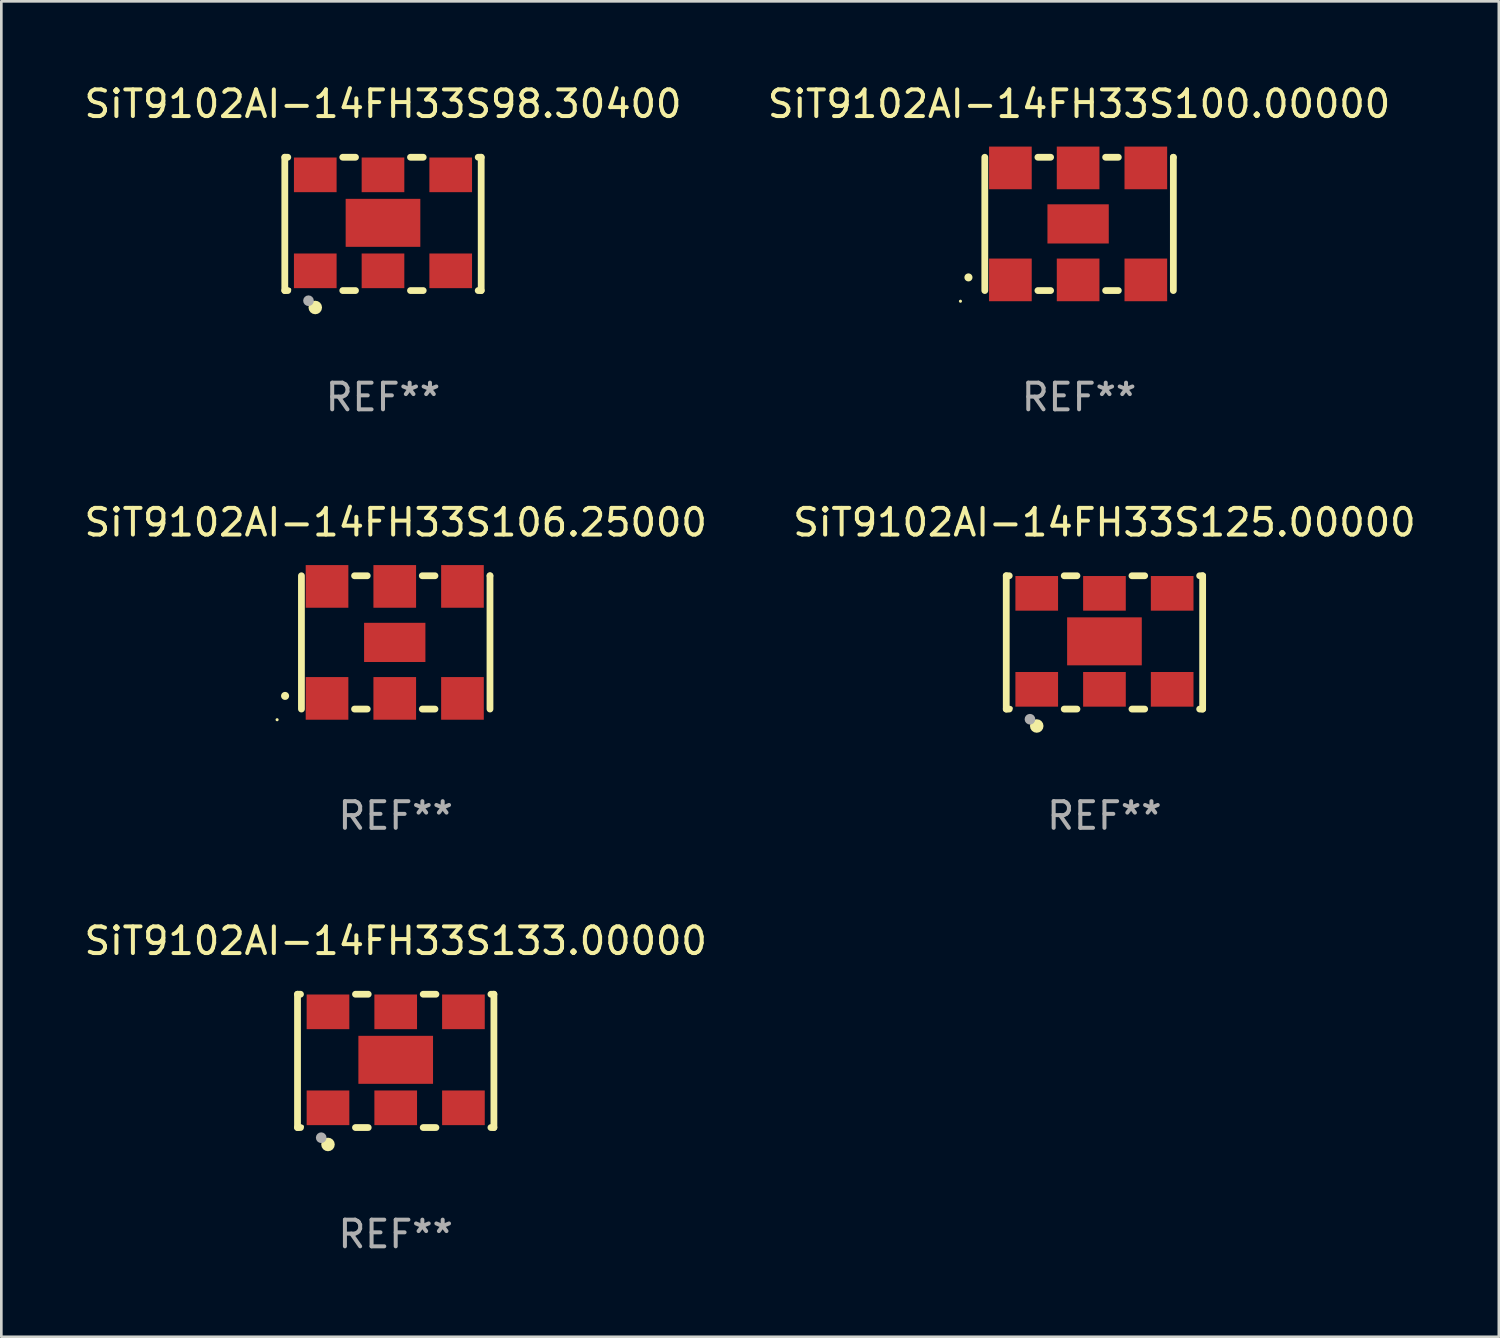
<source format=kicad_pcb>
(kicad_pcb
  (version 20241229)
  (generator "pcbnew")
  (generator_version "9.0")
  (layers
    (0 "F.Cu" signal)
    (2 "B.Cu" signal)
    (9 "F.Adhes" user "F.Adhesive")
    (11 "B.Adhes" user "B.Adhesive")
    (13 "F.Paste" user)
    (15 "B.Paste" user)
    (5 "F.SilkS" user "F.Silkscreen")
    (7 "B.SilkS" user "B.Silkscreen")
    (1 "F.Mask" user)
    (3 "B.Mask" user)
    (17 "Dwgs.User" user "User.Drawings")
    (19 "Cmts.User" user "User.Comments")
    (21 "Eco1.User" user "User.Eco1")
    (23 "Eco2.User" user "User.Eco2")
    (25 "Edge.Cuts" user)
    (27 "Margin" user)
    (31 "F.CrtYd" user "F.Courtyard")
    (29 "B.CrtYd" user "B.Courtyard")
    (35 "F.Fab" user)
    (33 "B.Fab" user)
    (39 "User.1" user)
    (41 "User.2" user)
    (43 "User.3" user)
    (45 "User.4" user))
  (footprint "SiT9102AI-14FH33S100.00000"
    (layer "F.Cu")
    (at 37.423 5.348)
    (property "Reference" "SiT9102AI-14FH33S100.00000" (at 0 -4.5 0) (layer "F.SilkS") (effects (font (size 1 1) (thickness 0.15))))
    (attr through_hole)
    (fp_line (start -3.536 -2.5) (end -3.536 2.5) (stroke (width 0.254) (type solid)) (layer "F.SilkS"))
    (fp_line (start -1.544 2.5) (end -1.067 2.5) (stroke (width 0.254) (type solid)) (layer "F.SilkS"))
    (fp_line (start -1.067 -2.5) (end -1.544 -2.5) (stroke (width 0.254) (type solid)) (layer "F.SilkS"))
    (fp_line (start 0.996 2.5) (end 1.473 2.5) (stroke (width 0.254) (type solid)) (layer "F.SilkS"))
    (fp_line (start 1.473 -2.5) (end 0.996 -2.5) (stroke (width 0.254) (type solid)) (layer "F.SilkS"))
    (fp_line (start 3.536 -2.5) (end 3.536 -2.5) (stroke (width 0.254) (type solid)) (layer "F.SilkS"))
    (fp_line (start 3.536 2.5) (end 3.536 -2.5) (stroke (width 0.254) (type solid)) (layer "F.SilkS"))
    (fp_arc (start -4.150432 2.006604) (mid -4.149162 2.006599) (end -4.147892 2.006604) (stroke (width 0.3) (type solid)) (layer "F.SilkS"))
    (fp_circle (center -4.449 2.9) (end -4.419 2.9) (stroke (width 0.06) (type solid)) (fill no) (layer "F.SilkS"))
    (fp_text user "REF**" (at 0 6.5 0) (layer "F.Fab") (effects (font (size 1 1) (thickness 0.15))))
    (pad "1" smd rect (at -2.576 2.1) (size 1.6 1.6) (layers "F.Cu" "F.Mask" "F.Paste"))
    (pad "2" smd rect (at -0.036 2.1) (size 1.6 1.6) (layers "F.Cu" "F.Mask" "F.Paste"))
    (pad "3" smd rect (at 2.504 2.1) (size 1.6 1.6) (layers "F.Cu" "F.Mask" "F.Paste"))
    (pad "4" smd rect (at 2.504 -2.1) (size 1.6 1.6) (layers "F.Cu" "F.Mask" "F.Paste"))
    (pad "5" smd rect (at -0.036 -2.1) (size 1.6 1.6) (layers "F.Cu" "F.Mask" "F.Paste"))
    (pad "6" smd rect (at -2.576 -2.1) (size 1.6 1.6) (layers "F.Cu" "F.Mask" "F.Paste"))
    (pad "7" smd rect (at -0.036 0) (size 2.3 1.47) (layers "F.Cu" "F.Mask" "F.Paste")))
  (footprint "SiT9102AI-14FH33S106.25000"
    (layer "F.Cu")
    (at 11.792 21.045)
    (property "Reference" "SiT9102AI-14FH33S106.25000" (at 0 -4.5 0) (layer "F.SilkS") (effects (font (size 1 1) (thickness 0.15))))
    (attr through_hole)
    (fp_line (start -3.536 -2.5) (end -3.536 2.5) (stroke (width 0.254) (type solid)) (layer "F.SilkS"))
    (fp_line (start -1.544 2.5) (end -1.067 2.5) (stroke (width 0.254) (type solid)) (layer "F.SilkS"))
    (fp_line (start -1.067 -2.5) (end -1.544 -2.5) (stroke (width 0.254) (type solid)) (layer "F.SilkS"))
    (fp_line (start 0.996 2.5) (end 1.473 2.5) (stroke (width 0.254) (type solid)) (layer "F.SilkS"))
    (fp_line (start 1.473 -2.5) (end 0.996 -2.5) (stroke (width 0.254) (type solid)) (layer "F.SilkS"))
    (fp_line (start 3.536 -2.5) (end 3.536 -2.5) (stroke (width 0.254) (type solid)) (layer "F.SilkS"))
    (fp_line (start 3.536 2.5) (end 3.536 -2.5) (stroke (width 0.254) (type solid)) (layer "F.SilkS"))
    (fp_arc (start -4.150432 2.006604) (mid -4.149162 2.006599) (end -4.147892 2.006604) (stroke (width 0.3) (type solid)) (layer "F.SilkS"))
    (fp_circle (center -4.449 2.9) (end -4.419 2.9) (stroke (width 0.06) (type solid)) (fill no) (layer "F.SilkS"))
    (fp_text user "REF**" (at 0 6.5 0) (layer "F.Fab") (effects (font (size 1 1) (thickness 0.15))))
    (pad "1" smd rect (at -2.576 2.1) (size 1.6 1.6) (layers "F.Cu" "F.Mask" "F.Paste"))
    (pad "2" smd rect (at -0.036 2.1) (size 1.6 1.6) (layers "F.Cu" "F.Mask" "F.Paste"))
    (pad "3" smd rect (at 2.504 2.1) (size 1.6 1.6) (layers "F.Cu" "F.Mask" "F.Paste"))
    (pad "4" smd rect (at 2.504 -2.1) (size 1.6 1.6) (layers "F.Cu" "F.Mask" "F.Paste"))
    (pad "5" smd rect (at -0.036 -2.1) (size 1.6 1.6) (layers "F.Cu" "F.Mask" "F.Paste"))
    (pad "6" smd rect (at -2.576 -2.1) (size 1.6 1.6) (layers "F.Cu" "F.Mask" "F.Paste"))
    (pad "7" smd rect (at -0.036 0) (size 2.3 1.47) (layers "F.Cu" "F.Mask" "F.Paste")))
  (footprint "SiT9102AI-14FH33S98.30400"
    (layer "F.Cu")
    (at 11.315 5.348)
    (property "Reference" "SiT9102AI-14FH33S98.30400" (at 0 -4.5 0) (layer "F.SilkS") (effects (font (size 1 1) (thickness 0.15))))
    (attr through_hole)
    (fp_line (start -3.683 -2.5) (end -3.571 -2.5) (stroke (width 0.254) (type solid)) (layer "F.SilkS"))
    (fp_line (start -3.683 2.5) (end -3.683 -2.5) (stroke (width 0.254) (type solid)) (layer "F.SilkS"))
    (fp_line (start -3.683 2.5) (end -3.571 2.5) (stroke (width 0.254) (type solid)) (layer "F.SilkS"))
    (fp_line (start -1.509 -2.5) (end -1.031 -2.5) (stroke (width 0.254) (type solid)) (layer "F.SilkS"))
    (fp_line (start -1.509 2.5) (end -1.031 2.5) (stroke (width 0.254) (type solid)) (layer "F.SilkS"))
    (fp_line (start 1.031 -2.5) (end 1.509 -2.5) (stroke (width 0.254) (type solid)) (layer "F.SilkS"))
    (fp_line (start 1.031 2.5) (end 1.509 2.5) (stroke (width 0.254) (type solid)) (layer "F.SilkS"))
    (fp_line (start 3.571 -2.5) (end 3.683 -2.5) (stroke (width 0.254) (type solid)) (layer "F.SilkS"))
    (fp_line (start 3.571 2.5) (end 3.683 2.5) (stroke (width 0.254) (type solid)) (layer "F.SilkS"))
    (fp_line (start 3.683 2.5) (end 3.683 -2.5) (stroke (width 0.254) (type solid)) (layer "F.SilkS"))
    (fp_circle (center -3.5 2.46) (end -3.47 2.46) (stroke (width 0.06) (type solid)) (fill no) (layer "F.SilkS"))
    (fp_circle (center -2.54 3.135) (end -2.413 3.135) (stroke (width 0.254) (type solid)) (fill no) (layer "F.SilkS"))
    (fp_circle (center -2.794 2.881) (end -2.694 2.881) (stroke (width 0.2) (type solid)) (fill no) (layer "F.Fab"))
    (fp_text user "REF**" (at 0 6.5 0) (layer "F.Fab") (effects (font (size 1 1) (thickness 0.15))))
    (pad "1" smd rect (at -2.54 1.76) (size 1.6 1.3) (layers "F.Cu" "F.Mask" "F.Paste"))
    (pad "2" smd rect (at 0 1.76) (size 1.6 1.3) (layers "F.Cu" "F.Mask" "F.Paste"))
    (pad "3" smd rect (at 2.54 1.76) (size 1.6 1.3) (layers "F.Cu" "F.Mask" "F.Paste"))
    (pad "4" smd rect (at 2.54 -1.84) (size 1.6 1.3) (layers "F.Cu" "F.Mask" "F.Paste"))
    (pad "5" smd rect (at 0 -1.84) (size 1.6 1.3) (layers "F.Cu" "F.Mask" "F.Paste"))
    (pad "6" smd rect (at -2.54 -1.84) (size 1.6 1.3) (layers "F.Cu" "F.Mask" "F.Paste"))
    (pad "7" smd rect (at 0 -0.04) (size 2.8 1.8) (layers "F.Cu" "F.Mask" "F.Paste")))
  (footprint "SiT9102AI-14FH33S125.00000"
    (layer "F.Cu")
    (at 38.375 21.045)
    (property "Reference" "SiT9102AI-14FH33S125.00000" (at 0 -4.5 0) (layer "F.SilkS") (effects (font (size 1 1) (thickness 0.15))))
    (attr through_hole)
    (fp_line (start -3.683 -2.5) (end -3.571 -2.5) (stroke (width 0.254) (type solid)) (layer "F.SilkS"))
    (fp_line (start -3.683 2.5) (end -3.683 -2.5) (stroke (width 0.254) (type solid)) (layer "F.SilkS"))
    (fp_line (start -3.683 2.5) (end -3.571 2.5) (stroke (width 0.254) (type solid)) (layer "F.SilkS"))
    (fp_line (start -1.509 -2.5) (end -1.031 -2.5) (stroke (width 0.254) (type solid)) (layer "F.SilkS"))
    (fp_line (start -1.509 2.5) (end -1.031 2.5) (stroke (width 0.254) (type solid)) (layer "F.SilkS"))
    (fp_line (start 1.031 -2.5) (end 1.509 -2.5) (stroke (width 0.254) (type solid)) (layer "F.SilkS"))
    (fp_line (start 1.031 2.5) (end 1.509 2.5) (stroke (width 0.254) (type solid)) (layer "F.SilkS"))
    (fp_line (start 3.571 -2.5) (end 3.683 -2.5) (stroke (width 0.254) (type solid)) (layer "F.SilkS"))
    (fp_line (start 3.571 2.5) (end 3.683 2.5) (stroke (width 0.254) (type solid)) (layer "F.SilkS"))
    (fp_line (start 3.683 2.5) (end 3.683 -2.5) (stroke (width 0.254) (type solid)) (layer "F.SilkS"))
    (fp_circle (center -3.5 2.46) (end -3.47 2.46) (stroke (width 0.06) (type solid)) (fill no) (layer "F.SilkS"))
    (fp_circle (center -2.54 3.135) (end -2.413 3.135) (stroke (width 0.254) (type solid)) (fill no) (layer "F.SilkS"))
    (fp_circle (center -2.794 2.881) (end -2.694 2.881) (stroke (width 0.2) (type solid)) (fill no) (layer "F.Fab"))
    (fp_text user "REF**" (at 0 6.5 0) (layer "F.Fab") (effects (font (size 1 1) (thickness 0.15))))
    (pad "1" smd rect (at -2.54 1.76) (size 1.6 1.3) (layers "F.Cu" "F.Mask" "F.Paste"))
    (pad "2" smd rect (at 0 1.76) (size 1.6 1.3) (layers "F.Cu" "F.Mask" "F.Paste"))
    (pad "3" smd rect (at 2.54 1.76) (size 1.6 1.3) (layers "F.Cu" "F.Mask" "F.Paste"))
    (pad "4" smd rect (at 2.54 -1.84) (size 1.6 1.3) (layers "F.Cu" "F.Mask" "F.Paste"))
    (pad "5" smd rect (at 0 -1.84) (size 1.6 1.3) (layers "F.Cu" "F.Mask" "F.Paste"))
    (pad "6" smd rect (at -2.54 -1.84) (size 1.6 1.3) (layers "F.Cu" "F.Mask" "F.Paste"))
    (pad "7" smd rect (at 0 -0.04) (size 2.8 1.8) (layers "F.Cu" "F.Mask" "F.Paste")))
  (footprint "SiT9102AI-14FH33S133.00000"
    (layer "F.Cu")
    (at 11.792 36.741)
    (property "Reference" "SiT9102AI-14FH33S133.00000" (at 0 -4.5 0) (layer "F.SilkS") (effects (font (size 1 1) (thickness 0.15))))
    (attr through_hole)
    (fp_line (start -3.683 -2.5) (end -3.571 -2.5) (stroke (width 0.254) (type solid)) (layer "F.SilkS"))
    (fp_line (start -3.683 2.5) (end -3.683 -2.5) (stroke (width 0.254) (type solid)) (layer "F.SilkS"))
    (fp_line (start -3.683 2.5) (end -3.571 2.5) (stroke (width 0.254) (type solid)) (layer "F.SilkS"))
    (fp_line (start -1.509 -2.5) (end -1.031 -2.5) (stroke (width 0.254) (type solid)) (layer "F.SilkS"))
    (fp_line (start -1.509 2.5) (end -1.031 2.5) (stroke (width 0.254) (type solid)) (layer "F.SilkS"))
    (fp_line (start 1.031 -2.5) (end 1.509 -2.5) (stroke (width 0.254) (type solid)) (layer "F.SilkS"))
    (fp_line (start 1.031 2.5) (end 1.509 2.5) (stroke (width 0.254) (type solid)) (layer "F.SilkS"))
    (fp_line (start 3.571 -2.5) (end 3.683 -2.5) (stroke (width 0.254) (type solid)) (layer "F.SilkS"))
    (fp_line (start 3.571 2.5) (end 3.683 2.5) (stroke (width 0.254) (type solid)) (layer "F.SilkS"))
    (fp_line (start 3.683 2.5) (end 3.683 -2.5) (stroke (width 0.254) (type solid)) (layer "F.SilkS"))
    (fp_circle (center -3.5 2.46) (end -3.47 2.46) (stroke (width 0.06) (type solid)) (fill no) (layer "F.SilkS"))
    (fp_circle (center -2.54 3.135) (end -2.413 3.135) (stroke (width 0.254) (type solid)) (fill no) (layer "F.SilkS"))
    (fp_circle (center -2.794 2.881) (end -2.694 2.881) (stroke (width 0.2) (type solid)) (fill no) (layer "F.Fab"))
    (fp_text user "REF**" (at 0 6.5 0) (layer "F.Fab") (effects (font (size 1 1) (thickness 0.15))))
    (pad "1" smd rect (at -2.54 1.76) (size 1.6 1.3) (layers "F.Cu" "F.Mask" "F.Paste"))
    (pad "2" smd rect (at 0 1.76) (size 1.6 1.3) (layers "F.Cu" "F.Mask" "F.Paste"))
    (pad "3" smd rect (at 2.54 1.76) (size 1.6 1.3) (layers "F.Cu" "F.Mask" "F.Paste"))
    (pad "4" smd rect (at 2.54 -1.84) (size 1.6 1.3) (layers "F.Cu" "F.Mask" "F.Paste"))
    (pad "5" smd rect (at 0 -1.84) (size 1.6 1.3) (layers "F.Cu" "F.Mask" "F.Paste"))
    (pad "6" smd rect (at -2.54 -1.84) (size 1.6 1.3) (layers "F.Cu" "F.Mask" "F.Paste"))
    (pad "7" smd rect (at 0 -0.04) (size 2.8 1.8) (layers "F.Cu" "F.Mask" "F.Paste")))
  (gr_rect
    (start -3 -3)
    (end 53.167 47.09)
    (stroke (width 0.1) (type default))
    (fill no)
    (layer "Edge.Cuts")))
</source>
